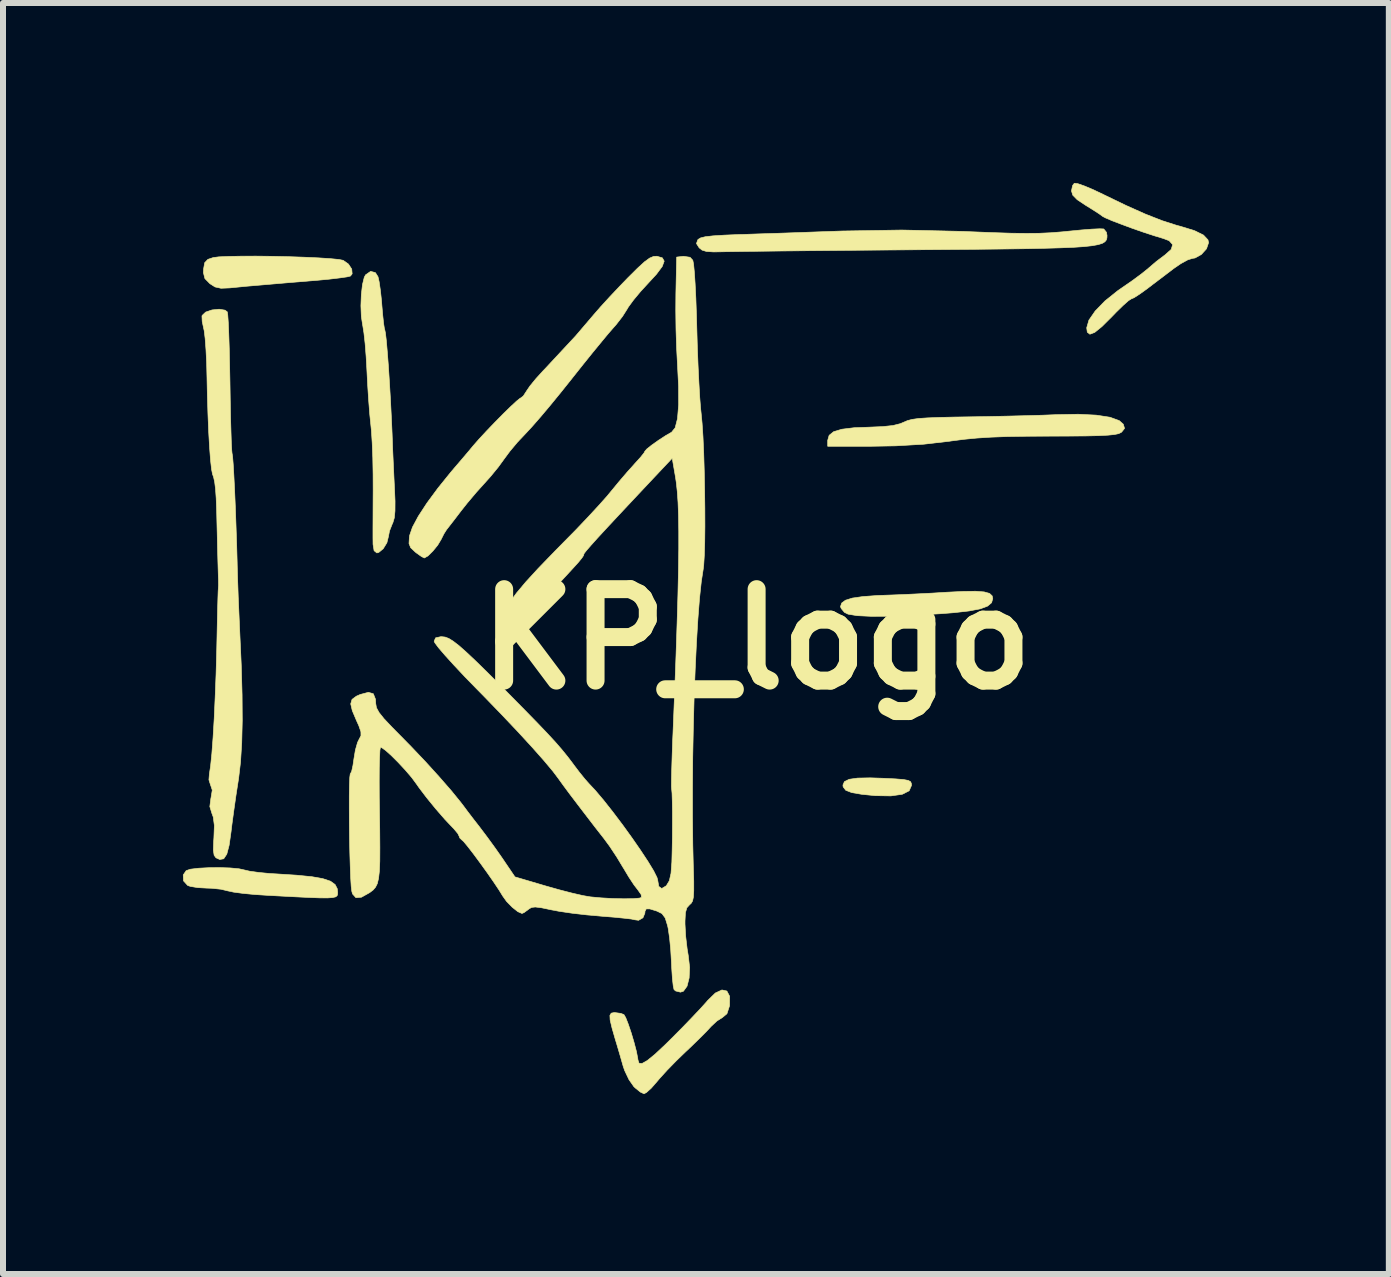
<source format=kicad_pcb>
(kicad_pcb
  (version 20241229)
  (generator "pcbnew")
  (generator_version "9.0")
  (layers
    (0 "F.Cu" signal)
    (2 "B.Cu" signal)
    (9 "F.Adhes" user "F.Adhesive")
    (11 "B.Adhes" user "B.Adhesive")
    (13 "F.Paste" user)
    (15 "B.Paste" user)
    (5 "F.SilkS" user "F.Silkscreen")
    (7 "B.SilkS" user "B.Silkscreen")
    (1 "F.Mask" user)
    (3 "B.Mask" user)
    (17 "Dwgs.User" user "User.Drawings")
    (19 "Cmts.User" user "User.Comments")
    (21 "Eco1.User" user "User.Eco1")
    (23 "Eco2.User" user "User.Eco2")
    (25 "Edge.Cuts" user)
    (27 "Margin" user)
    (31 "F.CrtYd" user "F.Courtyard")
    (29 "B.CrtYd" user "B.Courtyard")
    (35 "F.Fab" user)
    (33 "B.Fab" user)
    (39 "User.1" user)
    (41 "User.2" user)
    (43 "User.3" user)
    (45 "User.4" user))
  (footprint "KP_logo"
    (layer "F.Cu")
    (at 9.564 7.607)
    (property "Reference" "KP_logo" (at 0 0 0) (layer "F.SilkS") (effects (font (size 1.524 1.524) (thickness 0.3))))
    (attr through_hole)
    (fp_poly (pts (xy 2.107 2.318) (xy 2.313 2.328) (xy 2.449 2.339) (xy 2.529 2.354) (xy 2.568 2.376) (xy 2.581 2.409) (xy 2.582 2.438) (xy 2.543 2.527) (xy 2.428 2.585) (xy 2.239 2.612) (xy 1.98 2.608) (xy 1.757 2.586) (xy 1.586 2.557) (xy 1.486 2.518) (xy 1.443 2.462) (xy 1.439 2.431) (xy 1.464 2.374) (xy 1.543 2.335) (xy 1.683 2.315) (xy 1.894 2.311) (xy 2.107 2.318)) (stroke (width 0.01) (type solid)) (fill yes) (layer "F.SilkS"))
    (fp_poly (pts (xy 3.793 -0.789) (xy 3.883 -0.764) (xy 3.927 -0.723) (xy 3.937 -0.678) (xy 3.917 -0.608) (xy 3.85 -0.552) (xy 3.73 -0.507) (xy 3.547 -0.472) (xy 3.294 -0.443) (xy 3.063 -0.425) (xy 2.601 -0.398) (xy 2.215 -0.383) (xy 1.906 -0.382) (xy 1.675 -0.393) (xy 1.525 -0.418) (xy 1.464 -0.448) (xy 1.411 -0.512) (xy 1.398 -0.543) (xy 1.418 -0.603) (xy 1.481 -0.65) (xy 1.595 -0.686) (xy 1.769 -0.711) (xy 2.013 -0.729) (xy 2.265 -0.738) (xy 2.445 -0.745) (xy 2.678 -0.756) (xy 2.933 -0.769) (xy 3.158 -0.783) (xy 3.441 -0.797) (xy 3.649 -0.8) (xy 3.793 -0.789)) (stroke (width 0.01) (type solid)) (fill yes) (layer "F.SilkS"))
    (fp_poly (pts (xy -8.08 -6.384) (xy -7.806 -6.378) (xy -7.543 -6.369) (xy -7.304 -6.358) (xy -7.105 -6.345) (xy -6.962 -6.331) (xy -6.893 -6.317) (xy -6.805 -6.255) (xy -6.75 -6.171) (xy -6.743 -6.092) (xy -6.771 -6.055) (xy -6.829 -6.041) (xy -6.955 -6.023) (xy -7.132 -6.002) (xy -7.344 -5.982) (xy -7.421 -5.976) (xy -7.786 -5.946) (xy -8.078 -5.921) (xy -8.312 -5.901) (xy -8.5 -5.885) (xy -8.653 -5.87) (xy -8.785 -5.857) (xy -8.929 -5.851) (xy -9.029 -5.873) (xy -9.115 -5.928) (xy -9.198 -6.013) (xy -9.223 -6.112) (xy -9.22 -6.172) (xy -9.201 -6.278) (xy -9.148 -6.333) (xy -9.059 -6.363) (xy -8.966 -6.375) (xy -8.806 -6.382) (xy -8.595 -6.386) (xy -8.348 -6.387) (xy -8.08 -6.384)) (stroke (width 0.01) (type solid)) (fill yes) (layer "F.SilkS"))
    (fp_poly (pts (xy -8.775 3.813) (xy -8.629 3.827) (xy -8.543 3.846) (xy -8.453 3.867) (xy -8.302 3.888) (xy -8.116 3.906) (xy -7.993 3.913) (xy -7.666 3.934) (xy -7.414 3.959) (xy -7.23 3.992) (xy -7.104 4.034) (xy -7.027 4.09) (xy -6.991 4.16) (xy -6.985 4.215) (xy -6.986 4.249) (xy -6.994 4.276) (xy -7.018 4.295) (xy -7.069 4.307) (xy -7.155 4.313) (xy -7.286 4.312) (xy -7.471 4.305) (xy -7.719 4.293) (xy -8.039 4.276) (xy -8.149 4.27) (xy -8.368 4.256) (xy -8.565 4.237) (xy -8.721 4.216) (xy -8.814 4.196) (xy -8.819 4.195) (xy -8.93 4.168) (xy -9.083 4.152) (xy -9.171 4.149) (xy -9.317 4.141) (xy -9.439 4.121) (xy -9.485 4.105) (xy -9.555 4.028) (xy -9.559 3.929) (xy -9.51 3.858) (xy -9.44 3.834) (xy -9.308 3.818) (xy -9.138 3.809) (xy -8.953 3.807) (xy -8.775 3.813)) (stroke (width 0.01) (type solid)) (fill yes) (layer "F.SilkS"))
    (fp_poly (pts (xy 5.662 -3.736) (xy 5.891 -3.701) (xy 6.045 -3.645) (xy 6.113 -3.585) (xy 6.134 -3.515) (xy 6.086 -3.454) (xy 6.077 -3.448) (xy 6.037 -3.428) (xy 5.967 -3.413) (xy 5.858 -3.402) (xy 5.7 -3.394) (xy 5.485 -3.389) (xy 5.203 -3.387) (xy 4.892 -3.386) (xy 4.502 -3.384) (xy 4.181 -3.379) (xy 3.911 -3.369) (xy 3.675 -3.354) (xy 3.458 -3.333) (xy 3.242 -3.305) (xy 3.217 -3.301) (xy 2.784 -3.251) (xy 2.319 -3.224) (xy 1.916 -3.217) (xy 1.185 -3.217) (xy 1.185 -3.316) (xy 1.209 -3.399) (xy 1.284 -3.46) (xy 1.42 -3.501) (xy 1.624 -3.526) (xy 1.863 -3.535) (xy 2.101 -3.545) (xy 2.273 -3.563) (xy 2.396 -3.594) (xy 2.455 -3.619) (xy 2.515 -3.645) (xy 2.592 -3.665) (xy 2.698 -3.68) (xy 2.845 -3.69) (xy 3.044 -3.698) (xy 3.308 -3.704) (xy 3.512 -3.707) (xy 3.829 -3.712) (xy 4.16 -3.719) (xy 4.482 -3.727) (xy 4.768 -3.735) (xy 4.995 -3.744) (xy 4.995 -3.744) (xy 5.362 -3.751) (xy 5.662 -3.736)) (stroke (width 0.01) (type solid)) (fill yes) (layer "F.SilkS"))
    (fp_poly (pts (xy -0.496 5.865) (xy -0.45 5.952) (xy -0.451 6.103) (xy -0.452 6.113) (xy -0.495 6.244) (xy -0.571 6.307) (xy -0.661 6.364) (xy -0.757 6.453) (xy -0.766 6.463) (xy -0.841 6.544) (xy -0.959 6.662) (xy -1.101 6.8) (xy -1.185 6.879) (xy -1.342 7.031) (xy -1.495 7.188) (xy -1.62 7.326) (xy -1.663 7.377) (xy -1.756 7.484) (xy -1.836 7.556) (xy -1.877 7.578) (xy -1.939 7.549) (xy -2.025 7.479) (xy -2.048 7.457) (xy -2.128 7.342) (xy -2.2 7.191) (xy -2.225 7.118) (xy -2.276 6.939) (xy -2.333 6.746) (xy -2.354 6.678) (xy -2.411 6.48) (xy -2.442 6.349) (xy -2.446 6.272) (xy -2.424 6.234) (xy -2.376 6.224) (xy -2.365 6.224) (xy -2.263 6.238) (xy -2.212 6.258) (xy -2.182 6.309) (xy -2.139 6.419) (xy -2.09 6.564) (xy -2.043 6.723) (xy -2.004 6.872) (xy -1.982 6.986) (xy -1.978 7.015) (xy -1.96 7.069) (xy -1.91 7.073) (xy -1.823 7.024) (xy -1.694 6.919) (xy -1.518 6.754) (xy -1.417 6.654) (xy -1.243 6.479) (xy -1.079 6.309) (xy -0.938 6.16) (xy -0.837 6.048) (xy -0.815 6.022) (xy -0.688 5.898) (xy -0.578 5.847) (xy -0.496 5.865)) (stroke (width 0.01) (type solid)) (fill yes) (layer "F.SilkS"))
    (fp_poly (pts (xy 5.786 -6.84) (xy 5.788 -6.839) (xy 5.832 -6.785) (xy 5.842 -6.73) (xy 5.84 -6.69) (xy 5.83 -6.656) (xy 5.806 -6.626) (xy 5.763 -6.6) (xy 5.695 -6.579) (xy 5.597 -6.561) (xy 5.463 -6.546) (xy 5.286 -6.534) (xy 5.062 -6.525) (xy 4.785 -6.517) (xy 4.45 -6.51) (xy 4.05 -6.505) (xy 3.579 -6.5) (xy 3.034 -6.496) (xy 2.673 -6.493) (xy 2.178 -6.489) (xy 1.699 -6.485) (xy 1.245 -6.481) (xy 0.824 -6.477) (xy 0.444 -6.473) (xy 0.113 -6.469) (xy -0.161 -6.466) (xy -0.37 -6.463) (xy -0.506 -6.461) (xy -0.54 -6.46) (xy -0.72 -6.457) (xy -0.837 -6.465) (xy -0.909 -6.487) (xy -0.958 -6.526) (xy -1.003 -6.597) (xy -0.981 -6.658) (xy -0.976 -6.665) (xy -0.936 -6.69) (xy -0.857 -6.71) (xy -0.727 -6.725) (xy -0.535 -6.737) (xy -0.271 -6.748) (xy -0.24 -6.748) (xy 0.016 -6.757) (xy 0.331 -6.767) (xy 0.68 -6.779) (xy 1.038 -6.792) (xy 1.38 -6.804) (xy 1.439 -6.806) (xy 2.416 -6.822) (xy 3.451 -6.799) (xy 3.556 -6.794) (xy 3.934 -6.779) (xy 4.242 -6.769) (xy 4.498 -6.766) (xy 4.715 -6.768) (xy 4.909 -6.777) (xy 5.097 -6.792) (xy 5.205 -6.803) (xy 5.411 -6.823) (xy 5.589 -6.837) (xy 5.72 -6.843) (xy 5.786 -6.84)) (stroke (width 0.01) (type solid)) (fill yes) (layer "F.SilkS"))
    (fp_poly (pts (xy -6.356 -6.112) (xy -6.312 -6.043) (xy -6.293 -5.959) (xy -6.272 -5.815) (xy -6.253 -5.639) (xy -6.248 -5.57) (xy -6.233 -5.399) (xy -6.218 -5.26) (xy -6.205 -5.176) (xy -6.2 -5.162) (xy -6.188 -5.105) (xy -6.173 -4.977) (xy -6.157 -4.79) (xy -6.139 -4.557) (xy -6.122 -4.291) (xy -6.105 -4.006) (xy -6.09 -3.713) (xy -6.077 -3.427) (xy -6.073 -3.323) (xy -6.067 -3.154) (xy -6.057 -2.933) (xy -6.046 -2.694) (xy -6.038 -2.533) (xy -6.028 -2.302) (xy -6.029 -2.138) (xy -6.04 -2.024) (xy -6.064 -1.943) (xy -6.075 -1.92) (xy -6.12 -1.806) (xy -6.138 -1.713) (xy -6.164 -1.608) (xy -6.225 -1.509) (xy -6.3 -1.447) (xy -6.331 -1.439) (xy -6.377 -1.475) (xy -6.395 -1.584) (xy -6.395 -1.598) (xy -6.396 -1.693) (xy -6.396 -1.855) (xy -6.395 -2.066) (xy -6.394 -2.307) (xy -6.393 -2.478) (xy -6.394 -2.75) (xy -6.399 -3.023) (xy -6.409 -3.274) (xy -6.422 -3.478) (xy -6.43 -3.557) (xy -6.449 -3.744) (xy -6.468 -3.984) (xy -6.485 -4.246) (xy -6.497 -4.483) (xy -6.51 -4.712) (xy -6.527 -4.929) (xy -6.547 -5.108) (xy -6.566 -5.229) (xy -6.568 -5.236) (xy -6.59 -5.382) (xy -6.597 -5.56) (xy -6.59 -5.745) (xy -6.571 -5.912) (xy -6.541 -6.034) (xy -6.52 -6.074) (xy -6.435 -6.133) (xy -6.356 -6.112)) (stroke (width 0.01) (type solid)) (fill yes) (layer "F.SilkS"))
    (fp_poly (pts (xy 5.352 -7.596) (xy 5.464 -7.557) (xy 5.618 -7.492) (xy 5.773 -7.418) (xy 6.156 -7.233) (xy 6.481 -7.088) (xy 6.758 -6.979) (xy 7.001 -6.901) (xy 7.069 -6.883) (xy 7.3 -6.812) (xy 7.45 -6.738) (xy 7.525 -6.658) (xy 7.535 -6.611) (xy 7.5 -6.509) (xy 7.414 -6.414) (xy 7.309 -6.356) (xy 7.269 -6.35) (xy 7.188 -6.325) (xy 7.069 -6.26) (xy 6.953 -6.18) (xy 6.789 -6.055) (xy 6.608 -5.918) (xy 6.509 -5.842) (xy 6.389 -5.756) (xy 6.293 -5.694) (xy 6.244 -5.673) (xy 6.199 -5.644) (xy 6.111 -5.566) (xy 5.995 -5.453) (xy 5.921 -5.376) (xy 5.756 -5.212) (xy 5.636 -5.115) (xy 5.556 -5.085) (xy 5.513 -5.119) (xy 5.503 -5.192) (xy 5.54 -5.32) (xy 5.645 -5.472) (xy 5.807 -5.639) (xy 6.019 -5.809) (xy 6.104 -5.868) (xy 6.263 -5.978) (xy 6.411 -6.087) (xy 6.521 -6.175) (xy 6.54 -6.192) (xy 6.664 -6.298) (xy 6.795 -6.397) (xy 6.805 -6.404) (xy 6.912 -6.499) (xy 6.936 -6.579) (xy 6.878 -6.644) (xy 6.784 -6.68) (xy 6.638 -6.724) (xy 6.46 -6.782) (xy 6.27 -6.848) (xy 6.087 -6.916) (xy 5.929 -6.976) (xy 5.817 -7.024) (xy 5.771 -7.048) (xy 5.711 -7.092) (xy 5.602 -7.162) (xy 5.486 -7.234) (xy 5.346 -7.327) (xy 5.271 -7.403) (xy 5.249 -7.474) (xy 5.249 -7.475) (xy 5.268 -7.564) (xy 5.297 -7.602) (xy 5.352 -7.596)) (stroke (width 0.01) (type solid)) (fill yes) (layer "F.SilkS"))
    (fp_poly (pts (xy -1.571 -6.358) (xy -1.541 -6.303) (xy -1.574 -6.214) (xy -1.671 -6.084) (xy -1.801 -5.943) (xy -1.935 -5.797) (xy -2.053 -5.655) (xy -2.138 -5.539) (xy -2.159 -5.503) (xy -2.235 -5.383) (xy -2.341 -5.246) (xy -2.394 -5.186) (xy -2.469 -5.1) (xy -2.585 -4.96) (xy -2.732 -4.781) (xy -2.897 -4.576) (xy -3.07 -4.358) (xy -3.085 -4.339) (xy -3.264 -4.115) (xy -3.443 -3.896) (xy -3.609 -3.699) (xy -3.749 -3.539) (xy -3.85 -3.43) (xy -3.852 -3.428) (xy -3.987 -3.285) (xy -4.115 -3.132) (xy -4.209 -3.005) (xy -4.307 -2.87) (xy -4.434 -2.715) (xy -4.536 -2.601) (xy -4.674 -2.448) (xy -4.824 -2.27) (xy -4.931 -2.135) (xy -5.03 -2.005) (xy -5.113 -1.898) (xy -5.162 -1.835) (xy -5.165 -1.833) (xy -5.213 -1.757) (xy -5.26 -1.663) (xy -5.317 -1.568) (xy -5.398 -1.469) (xy -5.479 -1.389) (xy -5.539 -1.355) (xy -5.541 -1.355) (xy -5.588 -1.379) (xy -5.671 -1.438) (xy -5.69 -1.453) (xy -5.767 -1.525) (xy -5.795 -1.595) (xy -5.789 -1.702) (xy -5.784 -1.733) (xy -5.738 -1.867) (xy -5.64 -2.05) (xy -5.496 -2.271) (xy -5.313 -2.519) (xy -5.1 -2.783) (xy -5.038 -2.856) (xy -4.918 -2.996) (xy -4.801 -3.134) (xy -4.728 -3.222) (xy -4.629 -3.335) (xy -4.504 -3.47) (xy -4.365 -3.615) (xy -4.227 -3.755) (xy -4.101 -3.878) (xy -4.002 -3.97) (xy -3.942 -4.018) (xy -3.933 -4.022) (xy -3.89 -4.055) (xy -3.837 -4.136) (xy -3.836 -4.138) (xy -3.778 -4.223) (xy -3.679 -4.344) (xy -3.557 -4.478) (xy -3.528 -4.508) (xy -3.016 -5.058) (xy -2.708 -5.419) (xy -2.598 -5.545) (xy -2.449 -5.708) (xy -2.282 -5.885) (xy -2.147 -6.025) (xy -1.986 -6.185) (xy -1.869 -6.292) (xy -1.784 -6.354) (xy -1.718 -6.382) (xy -1.662 -6.385) (xy -1.571 -6.358)) (stroke (width 0.01) (type solid)) (fill yes) (layer "F.SilkS"))
    (fp_poly (pts (xy -8.862 -5.486) (xy -8.825 -5.458) (xy -8.817 -5.405) (xy -8.808 -5.279) (xy -8.8 -5.091) (xy -8.792 -4.853) (xy -8.786 -4.577) (xy -8.78 -4.273) (xy -8.78 -4.27) (xy -8.775 -3.966) (xy -8.77 -3.691) (xy -8.763 -3.455) (xy -8.757 -3.269) (xy -8.75 -3.146) (xy -8.745 -3.095) (xy -8.744 -3.095) (xy -8.736 -3.042) (xy -8.726 -2.917) (xy -8.715 -2.73) (xy -8.703 -2.493) (xy -8.691 -2.218) (xy -8.68 -1.916) (xy -8.669 -1.599) (xy -8.66 -1.279) (xy -8.659 -1.228) (xy -8.652 -0.987) (xy -8.642 -0.7) (xy -8.629 -0.402) (xy -8.618 -0.148) (xy -8.592 0.427) (xy -8.578 0.927) (xy -8.575 1.358) (xy -8.584 1.729) (xy -8.604 2.047) (xy -8.636 2.321) (xy -8.644 2.371) (xy -8.681 2.611) (xy -8.717 2.864) (xy -8.748 3.093) (xy -8.762 3.21) (xy -8.794 3.435) (xy -8.833 3.583) (xy -8.884 3.66) (xy -8.95 3.672) (xy -9.013 3.644) (xy -9.044 3.602) (xy -9.057 3.516) (xy -9.052 3.37) (xy -9.048 3.312) (xy -9.04 3.106) (xy -9.059 2.963) (xy -9.08 2.907) (xy -9.116 2.79) (xy -9.098 2.651) (xy -9.096 2.644) (xy -9.075 2.515) (xy -9.102 2.434) (xy -9.103 2.433) (xy -9.131 2.344) (xy -9.123 2.245) (xy -9.103 2.112) (xy -9.082 1.907) (xy -9.062 1.64) (xy -9.043 1.323) (xy -9.027 0.968) (xy -9.012 0.585) (xy -9.001 0.188) (xy -8.996 -0.042) (xy -8.991 -0.291) (xy -8.986 -0.51) (xy -8.981 -0.684) (xy -8.977 -0.801) (xy -8.974 -0.847) (xy -8.971 -0.898) (xy -8.972 -1.003) (xy -8.974 -1.048) (xy -8.977 -1.155) (xy -8.982 -1.326) (xy -8.988 -1.54) (xy -8.993 -1.776) (xy -8.995 -1.852) (xy -9.002 -2.137) (xy -9.01 -2.351) (xy -9.021 -2.507) (xy -9.035 -2.62) (xy -9.053 -2.702) (xy -9.071 -2.752) (xy -9.087 -2.833) (xy -9.104 -2.986) (xy -9.12 -3.198) (xy -9.135 -3.457) (xy -9.147 -3.751) (xy -9.157 -4.066) (xy -9.163 -4.36) (xy -9.169 -4.602) (xy -9.18 -4.826) (xy -9.194 -5.014) (xy -9.21 -5.145) (xy -9.218 -5.18) (xy -9.243 -5.298) (xy -9.247 -5.386) (xy -9.244 -5.398) (xy -9.185 -5.454) (xy -9.079 -5.49) (xy -8.96 -5.502) (xy -8.862 -5.486)) (stroke (width 0.01) (type solid)) (fill yes) (layer "F.SilkS"))
    (fp_poly (pts (xy -1.11 -6.368) (xy -1.064 -6.318) (xy -1.051 -6.255) (xy -1.038 -6.12) (xy -1.025 -5.925) (xy -1.013 -5.684) (xy -1.003 -5.407) (xy -0.997 -5.183) (xy -0.988 -4.868) (xy -0.976 -4.56) (xy -0.962 -4.275) (xy -0.948 -4.03) (xy -0.933 -3.843) (xy -0.925 -3.768) (xy -0.909 -3.601) (xy -0.894 -3.375) (xy -0.882 -3.105) (xy -0.873 -2.807) (xy -0.867 -2.494) (xy -0.863 -2.181) (xy -0.862 -1.884) (xy -0.865 -1.618) (xy -0.872 -1.397) (xy -0.882 -1.235) (xy -0.89 -1.17) (xy -0.922 -0.962) (xy -0.952 -0.681) (xy -0.979 -0.336) (xy -1.003 0.062) (xy -1.024 0.502) (xy -1.042 0.973) (xy -1.055 1.465) (xy -1.065 1.968) (xy -1.069 2.47) (xy -1.069 2.961) (xy -1.064 3.43) (xy -1.055 3.803) (xy -1.048 4.033) (xy -1.048 4.194) (xy -1.054 4.299) (xy -1.068 4.364) (xy -1.092 4.404) (xy -1.117 4.426) (xy -1.163 4.477) (xy -1.187 4.559) (xy -1.194 4.696) (xy -1.194 4.75) (xy -1.183 4.949) (xy -1.158 5.163) (xy -1.14 5.271) (xy -1.117 5.47) (xy -1.125 5.647) (xy -1.16 5.785) (xy -1.22 5.868) (xy -1.269 5.884) (xy -1.35 5.864) (xy -1.377 5.84) (xy -1.39 5.781) (xy -1.404 5.658) (xy -1.415 5.492) (xy -1.42 5.385) (xy -1.432 5.18) (xy -1.451 4.982) (xy -1.474 4.823) (xy -1.484 4.776) (xy -1.524 4.647) (xy -1.578 4.574) (xy -1.661 4.533) (xy -1.78 4.496) (xy -1.84 4.496) (xy -1.861 4.536) (xy -1.863 4.567) (xy -1.895 4.644) (xy -1.968 4.686) (xy -2.034 4.677) (xy -2.088 4.665) (xy -2.209 4.651) (xy -2.379 4.634) (xy -2.581 4.618) (xy -2.591 4.617) (xy -2.83 4.596) (xy -3.074 4.568) (xy -3.292 4.536) (xy -3.424 4.511) (xy -3.586 4.477) (xy -3.689 4.464) (xy -3.752 4.471) (xy -3.798 4.498) (xy -3.808 4.507) (xy -3.878 4.558) (xy -3.912 4.572) (xy -3.981 4.542) (xy -4.074 4.468) (xy -4.168 4.372) (xy -4.233 4.281) (xy -4.295 4.18) (xy -4.386 4.044) (xy -4.494 3.889) (xy -4.61 3.728) (xy -4.721 3.578) (xy -4.817 3.454) (xy -4.886 3.371) (xy -4.917 3.344) (xy -4.951 3.311) (xy -4.953 3.298) (xy -4.981 3.24) (xy -5.05 3.157) (xy -5.069 3.138) (xy -5.197 3.003) (xy -5.349 2.828) (xy -5.5 2.643) (xy -5.627 2.476) (xy -5.668 2.417) (xy -5.749 2.307) (xy -5.857 2.181) (xy -5.976 2.053) (xy -6.092 1.937) (xy -6.19 1.85) (xy -6.255 1.805) (xy -6.271 1.803) (xy -6.28 1.849) (xy -6.286 1.968) (xy -6.291 2.148) (xy -6.292 2.377) (xy -6.291 2.642) (xy -6.288 2.827) (xy -6.283 3.189) (xy -6.281 3.477) (xy -6.282 3.699) (xy -6.289 3.866) (xy -6.303 3.988) (xy -6.324 4.075) (xy -6.354 4.135) (xy -6.393 4.18) (xy -6.444 4.219) (xy -6.452 4.225) (xy -6.588 4.301) (xy -6.68 4.309) (xy -6.736 4.247) (xy -6.749 4.202) (xy -6.759 4.119) (xy -6.768 3.974) (xy -6.775 3.781) (xy -6.782 3.555) (xy -6.787 3.311) (xy -6.79 3.061) (xy -6.791 2.822) (xy -6.791 2.606) (xy -6.788 2.429) (xy -6.783 2.304) (xy -6.775 2.246) (xy -6.773 2.244) (xy -6.752 2.205) (xy -6.73 2.106) (xy -6.714 1.997) (xy -6.689 1.847) (xy -6.653 1.72) (xy -6.626 1.666) (xy -6.596 1.608) (xy -6.597 1.543) (xy -6.631 1.444) (xy -6.67 1.358) (xy -6.741 1.19) (xy -6.767 1.078) (xy -6.745 1.003) (xy -6.672 0.949) (xy -6.608 0.921) (xy -6.472 0.885) (xy -6.39 0.909) (xy -6.354 1) (xy -6.35 1.073) (xy -6.338 1.142) (xy -6.295 1.221) (xy -6.212 1.325) (xy -6.08 1.465) (xy -6.001 1.545) (xy -5.758 1.792) (xy -5.516 2.047) (xy -5.291 2.295) (xy -5.094 2.521) (xy -4.94 2.71) (xy -4.889 2.776) (xy -4.82 2.869) (xy -4.72 3) (xy -4.614 3.136) (xy -4.492 3.298) (xy -4.353 3.489) (xy -4.227 3.669) (xy -4.227 3.67) (xy -4.029 3.962) (xy -3.507 4.116) (xy -3.287 4.178) (xy -3.074 4.233) (xy -2.895 4.274) (xy -2.773 4.295) (xy -2.59 4.312) (xy -2.397 4.323) (xy -2.213 4.327) (xy -2.059 4.325) (xy -1.954 4.316) (xy -1.92 4.305) (xy -1.925 4.257) (xy -1.977 4.183) (xy -1.979 4.18) (xy -2.044 4.096) (xy -2.131 3.964) (xy -2.22 3.815) (xy -2.223 3.811) (xy -2.329 3.635) (xy -2.45 3.452) (xy -2.544 3.324) (xy -2.685 3.144) (xy -2.834 2.95) (xy -2.981 2.758) (xy -3.114 2.583) (xy -3.22 2.44) (xy -3.29 2.343) (xy -3.302 2.326) (xy -3.397 2.2) (xy -3.546 2.022) (xy -3.742 1.801) (xy -3.979 1.543) (xy -4.251 1.256) (xy -4.549 0.948) (xy -4.667 0.828) (xy -4.867 0.623) (xy -5.044 0.434) (xy -5.192 0.271) (xy -5.302 0.143) (xy -5.364 0.06) (xy -5.376 0.034) (xy -5.352 -0.023) (xy -5.268 -0.042) (xy -5.247 -0.042) (xy -5.193 -0.036) (xy -5.132 -0.013) (xy -5.058 0.033) (xy -4.962 0.107) (xy -4.839 0.216) (xy -4.68 0.366) (xy -4.479 0.563) (xy -4.229 0.812) (xy -4.128 0.914) (xy -3.867 1.179) (xy -3.657 1.394) (xy -3.49 1.569) (xy -3.355 1.715) (xy -3.245 1.842) (xy -3.15 1.959) (xy -3.061 2.076) (xy -3.056 2.084) (xy -2.955 2.217) (xy -2.862 2.332) (xy -2.801 2.401) (xy -2.686 2.524) (xy -2.547 2.689) (xy -2.394 2.883) (xy -2.234 3.095) (xy -2.078 3.311) (xy -1.934 3.519) (xy -1.81 3.707) (xy -1.716 3.862) (xy -1.661 3.972) (xy -1.65 4.012) (xy -1.631 4.121) (xy -1.582 4.156) (xy -1.51 4.113) (xy -1.503 4.106) (xy -1.455 4.026) (xy -1.427 3.902) (xy -1.413 3.714) (xy -1.413 3.714) (xy -1.408 3.517) (xy -1.404 3.301) (xy -1.403 3.08) (xy -1.403 2.873) (xy -1.406 2.696) (xy -1.41 2.567) (xy -1.416 2.502) (xy -1.417 2.499) (xy -1.42 2.451) (xy -1.419 2.332) (xy -1.415 2.154) (xy -1.408 1.929) (xy -1.399 1.672) (xy -1.395 1.587) (xy -1.367 0.893) (xy -1.344 0.279) (xy -1.326 -0.262) (xy -1.312 -0.736) (xy -1.303 -1.147) (xy -1.298 -1.501) (xy -1.298 -1.804) (xy -1.302 -2.062) (xy -1.31 -2.28) (xy -1.323 -2.464) (xy -1.34 -2.619) (xy -1.353 -2.705) (xy -1.407 -3.018) (xy -1.73 -2.675) (xy -2.039 -2.346) (xy -2.293 -2.075) (xy -2.496 -1.857) (xy -2.652 -1.688) (xy -2.764 -1.563) (xy -2.836 -1.48) (xy -2.873 -1.433) (xy -2.879 -1.421) (xy -2.886 -1.395) (xy -2.914 -1.353) (xy -2.971 -1.283) (xy -3.066 -1.178) (xy -3.206 -1.026) (xy -3.293 -0.933) (xy -3.483 -0.742) (xy -3.629 -0.623) (xy -3.725 -0.578) (xy -3.852 -0.512) (xy -3.912 -0.43) (xy -3.995 -0.315) (xy -4.078 -0.266) (xy -4.147 -0.284) (xy -4.187 -0.369) (xy -4.191 -0.424) (xy -4.172 -0.509) (xy -4.111 -0.622) (xy -4.004 -0.769) (xy -3.849 -0.954) (xy -3.639 -1.183) (xy -3.372 -1.459) (xy -3.204 -1.63) (xy -3.007 -1.83) (xy -2.814 -2.033) (xy -2.639 -2.222) (xy -2.497 -2.381) (xy -2.426 -2.467) (xy -2.295 -2.626) (xy -2.159 -2.785) (xy -2.044 -2.913) (xy -2.03 -2.929) (xy -1.939 -3.029) (xy -1.878 -3.105) (xy -1.863 -3.134) (xy -1.83 -3.172) (xy -1.747 -3.238) (xy -1.634 -3.318) (xy -1.514 -3.396) (xy -1.418 -3.451) (xy -1.358 -3.525) (xy -1.319 -3.678) (xy -1.3 -3.909) (xy -1.301 -4.219) (xy -1.32 -4.593) (xy -1.334 -4.858) (xy -1.344 -5.168) (xy -1.348 -5.485) (xy -1.346 -5.757) (xy -1.333 -6.371) (xy -1.22 -6.384) (xy -1.11 -6.368)) (stroke (width 0.01) (type solid)) (fill yes) (layer "F.SilkS")))
  (gr_rect
    (start -3 -3)
    (end 20.104 18.19)
    (stroke (width 0.1) (type default))
    (fill no)
    (layer "Edge.Cuts")))
</source>
